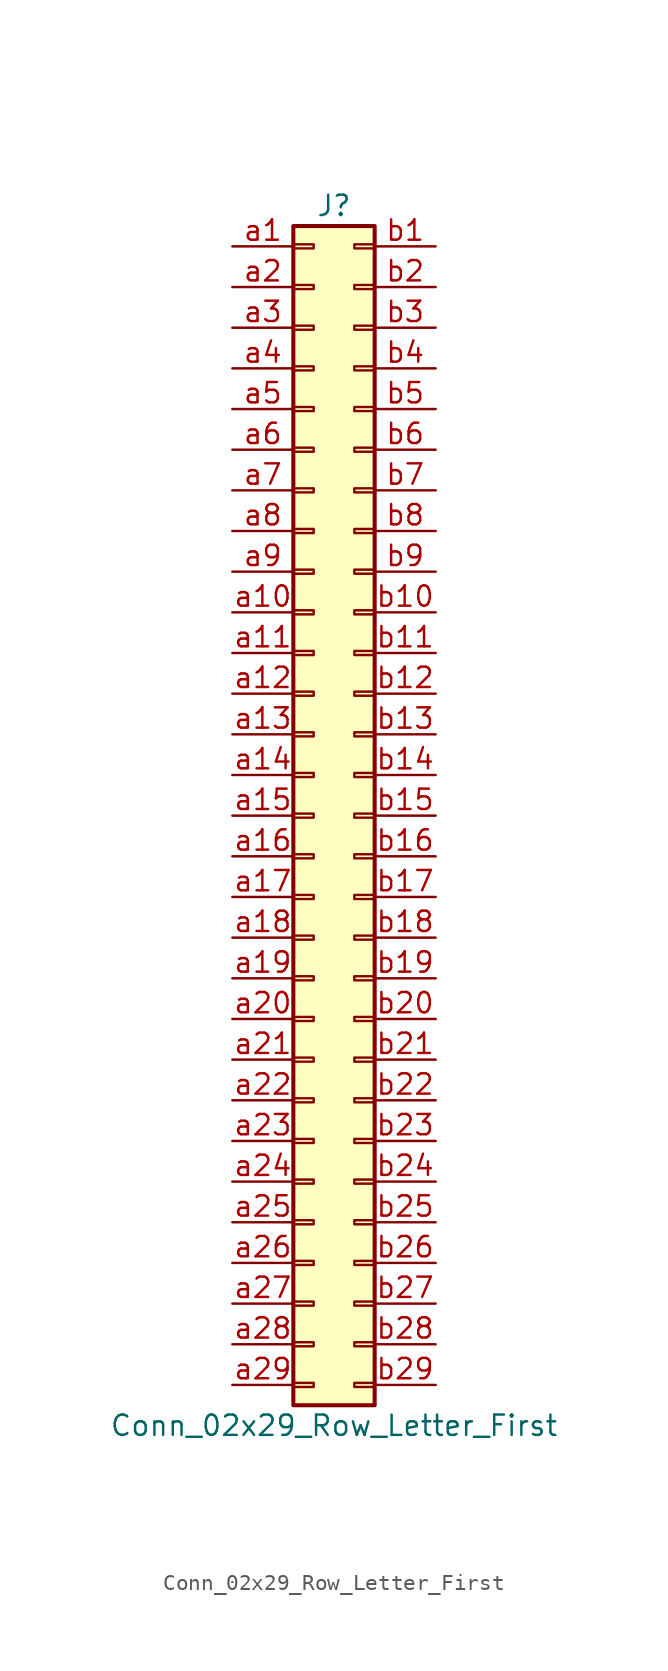
<source format=kicad_sym>
(kicad_symbol_lib
  (version 20220914)
  (generator kicad_symbol_editor)
  (symbol "Conn_02x29_Row_Letter_First"
    (pin_names
      (offset 1.016) hide)
    (property "Reference" "J"
      (at 1.27 38.1 0)
      (effects (font (size 1.27 1.27))))
    (property "Value" "Conn_02x29_Row_Letter_First"
      (at 1.27 -38.1 0)
      (effects (font (size 1.27 1.27))))
    (symbol "Conn_02x29_Row_Letter_First_1_1"
      (rectangle (start -1.27 -35.433) (end 0 -35.687) (stroke (width 0.152) (type solid)) (fill (type none)))
      (rectangle (start -1.27 -32.893) (end 0 -33.147) (stroke (width 0.152) (type solid)) (fill (type none)))
      (rectangle (start -1.27 -30.353) (end 0 -30.607) (stroke (width 0.152) (type solid)) (fill (type none)))
      (rectangle (start -1.27 -27.813) (end 0 -28.067) (stroke (width 0.152) (type solid)) (fill (type none)))
      (rectangle (start -1.27 -25.273) (end 0 -25.527) (stroke (width 0.152) (type solid)) (fill (type none)))
      (rectangle (start -1.27 -22.733) (end 0 -22.987) (stroke (width 0.152) (type solid)) (fill (type none)))
      (rectangle (start -1.27 -20.193) (end 0 -20.447) (stroke (width 0.152) (type solid)) (fill (type none)))
      (rectangle (start -1.27 -17.653) (end 0 -17.907) (stroke (width 0.152) (type solid)) (fill (type none)))
      (rectangle (start -1.27 -15.113) (end 0 -15.367) (stroke (width 0.152) (type solid)) (fill (type none)))
      (rectangle (start -1.27 -12.573) (end 0 -12.827) (stroke (width 0.152) (type solid)) (fill (type none)))
      (rectangle (start -1.27 -10.033) (end 0 -10.287) (stroke (width 0.152) (type solid)) (fill (type none)))
      (rectangle (start -1.27 -7.493) (end 0 -7.747) (stroke (width 0.152) (type solid)) (fill (type none)))
      (rectangle (start -1.27 -4.953) (end 0 -5.207) (stroke (width 0.152) (type solid)) (fill (type none)))
      (rectangle (start -1.27 -2.413) (end 0 -2.667) (stroke (width 0.152) (type solid)) (fill (type none)))
      (rectangle (start -1.27 0.127) (end 0 -0.127) (stroke (width 0.152) (type solid)) (fill (type none)))
      (rectangle (start -1.27 2.667) (end 0 2.413) (stroke (width 0.152) (type solid)) (fill (type none)))
      (rectangle (start -1.27 5.207) (end 0 4.953) (stroke (width 0.152) (type solid)) (fill (type none)))
      (rectangle (start -1.27 7.747) (end 0 7.493) (stroke (width 0.152) (type solid)) (fill (type none)))
      (rectangle (start -1.27 10.287) (end 0 10.033) (stroke (width 0.152) (type solid)) (fill (type none)))
      (rectangle (start -1.27 12.827) (end 0 12.573) (stroke (width 0.152) (type solid)) (fill (type none)))
      (rectangle (start -1.27 15.367) (end 0 15.113) (stroke (width 0.152) (type solid)) (fill (type none)))
      (rectangle (start -1.27 17.907) (end 0 17.653) (stroke (width 0.152) (type solid)) (fill (type none)))
      (rectangle (start -1.27 20.447) (end 0 20.193) (stroke (width 0.152) (type solid)) (fill (type none)))
      (rectangle (start -1.27 22.987) (end 0 22.733) (stroke (width 0.152) (type solid)) (fill (type none)))
      (rectangle (start -1.27 25.527) (end 0 25.273) (stroke (width 0.152) (type solid)) (fill (type none)))
      (rectangle (start -1.27 28.067) (end 0 27.813) (stroke (width 0.152) (type solid)) (fill (type none)))
      (rectangle (start -1.27 30.607) (end 0 30.353) (stroke (width 0.152) (type solid)) (fill (type none)))
      (rectangle (start -1.27 33.147) (end 0 32.893) (stroke (width 0.152) (type solid)) (fill (type none)))
      (rectangle (start -1.27 35.687) (end 0 35.433) (stroke (width 0.152) (type solid)) (fill (type none)))
      (rectangle (start -1.27 36.83) (end 3.81 -36.83) (stroke (width 0.254) (type solid)) (fill (type background)))
      (rectangle (start 3.81 -35.433) (end 2.54 -35.687) (stroke (width 0.152) (type solid)) (fill (type none)))
      (rectangle (start 3.81 -32.893) (end 2.54 -33.147) (stroke (width 0.152) (type solid)) (fill (type none)))
      (rectangle (start 3.81 -30.353) (end 2.54 -30.607) (stroke (width 0.152) (type solid)) (fill (type none)))
      (rectangle (start 3.81 -27.813) (end 2.54 -28.067) (stroke (width 0.152) (type solid)) (fill (type none)))
      (rectangle (start 3.81 -25.273) (end 2.54 -25.527) (stroke (width 0.152) (type solid)) (fill (type none)))
      (rectangle (start 3.81 -22.733) (end 2.54 -22.987) (stroke (width 0.152) (type solid)) (fill (type none)))
      (rectangle (start 3.81 -20.193) (end 2.54 -20.447) (stroke (width 0.152) (type solid)) (fill (type none)))
      (rectangle (start 3.81 -17.653) (end 2.54 -17.907) (stroke (width 0.152) (type solid)) (fill (type none)))
      (rectangle (start 3.81 -15.113) (end 2.54 -15.367) (stroke (width 0.152) (type solid)) (fill (type none)))
      (rectangle (start 3.81 -12.573) (end 2.54 -12.827) (stroke (width 0.152) (type solid)) (fill (type none)))
      (rectangle (start 3.81 -10.033) (end 2.54 -10.287) (stroke (width 0.152) (type solid)) (fill (type none)))
      (rectangle (start 3.81 -7.493) (end 2.54 -7.747) (stroke (width 0.152) (type solid)) (fill (type none)))
      (rectangle (start 3.81 -4.953) (end 2.54 -5.207) (stroke (width 0.152) (type solid)) (fill (type none)))
      (rectangle (start 3.81 -2.413) (end 2.54 -2.667) (stroke (width 0.152) (type solid)) (fill (type none)))
      (rectangle (start 3.81 0.127) (end 2.54 -0.127) (stroke (width 0.152) (type solid)) (fill (type none)))
      (rectangle (start 3.81 2.667) (end 2.54 2.413) (stroke (width 0.152) (type solid)) (fill (type none)))
      (rectangle (start 3.81 5.207) (end 2.54 4.953) (stroke (width 0.152) (type solid)) (fill (type none)))
      (rectangle (start 3.81 7.747) (end 2.54 7.493) (stroke (width 0.152) (type solid)) (fill (type none)))
      (rectangle (start 3.81 10.287) (end 2.54 10.033) (stroke (width 0.152) (type solid)) (fill (type none)))
      (rectangle (start 3.81 12.827) (end 2.54 12.573) (stroke (width 0.152) (type solid)) (fill (type none)))
      (rectangle (start 3.81 15.367) (end 2.54 15.113) (stroke (width 0.152) (type solid)) (fill (type none)))
      (rectangle (start 3.81 17.907) (end 2.54 17.653) (stroke (width 0.152) (type solid)) (fill (type none)))
      (rectangle (start 3.81 20.447) (end 2.54 20.193) (stroke (width 0.152) (type solid)) (fill (type none)))
      (rectangle (start 3.81 22.987) (end 2.54 22.733) (stroke (width 0.152) (type solid)) (fill (type none)))
      (rectangle (start 3.81 25.527) (end 2.54 25.273) (stroke (width 0.152) (type solid)) (fill (type none)))
      (rectangle (start 3.81 28.067) (end 2.54 27.813) (stroke (width 0.152) (type solid)) (fill (type none)))
      (rectangle (start 3.81 30.607) (end 2.54 30.353) (stroke (width 0.152) (type solid)) (fill (type none)))
      (rectangle (start 3.81 33.147) (end 2.54 32.893) (stroke (width 0.152) (type solid)) (fill (type none)))
      (rectangle (start 3.81 35.687) (end 2.54 35.433) (stroke (width 0.152) (type solid)) (fill (type none)))
      (pin passive line (at -5.08 35.56 0) (length 3.81) (name "Pin_a1" (effects (font (size 1.27 1.27)))) (number "a1" (effects (font (size 1.27 1.27)))))
      (pin passive line (at -5.08 12.7 0) (length 3.81) (name "Pin_a10" (effects (font (size 1.27 1.27)))) (number "a10" (effects (font (size 1.27 1.27)))))
      (pin passive line (at -5.08 10.16 0) (length 3.81) (name "Pin_a11" (effects (font (size 1.27 1.27)))) (number "a11" (effects (font (size 1.27 1.27)))))
      (pin passive line (at -5.08 7.62 0) (length 3.81) (name "Pin_a12" (effects (font (size 1.27 1.27)))) (number "a12" (effects (font (size 1.27 1.27)))))
      (pin passive line (at -5.08 5.08 0) (length 3.81) (name "Pin_a13" (effects (font (size 1.27 1.27)))) (number "a13" (effects (font (size 1.27 1.27)))))
      (pin passive line (at -5.08 2.54 0) (length 3.81) (name "Pin_a14" (effects (font (size 1.27 1.27)))) (number "a14" (effects (font (size 1.27 1.27)))))
      (pin passive line (at -5.08 0 0) (length 3.81) (name "Pin_a15" (effects (font (size 1.27 1.27)))) (number "a15" (effects (font (size 1.27 1.27)))))
      (pin passive line (at -5.08 -2.54 0) (length 3.81) (name "Pin_a16" (effects (font (size 1.27 1.27)))) (number "a16" (effects (font (size 1.27 1.27)))))
      (pin passive line (at -5.08 -5.08 0) (length 3.81) (name "Pin_a17" (effects (font (size 1.27 1.27)))) (number "a17" (effects (font (size 1.27 1.27)))))
      (pin passive line (at -5.08 -7.62 0) (length 3.81) (name "Pin_a18" (effects (font (size 1.27 1.27)))) (number "a18" (effects (font (size 1.27 1.27)))))
      (pin passive line (at -5.08 -10.16 0) (length 3.81) (name "Pin_a19" (effects (font (size 1.27 1.27)))) (number "a19" (effects (font (size 1.27 1.27)))))
      (pin passive line (at -5.08 33.02 0) (length 3.81) (name "Pin_a2" (effects (font (size 1.27 1.27)))) (number "a2" (effects (font (size 1.27 1.27)))))
      (pin passive line (at -5.08 -12.7 0) (length 3.81) (name "Pin_a20" (effects (font (size 1.27 1.27)))) (number "a20" (effects (font (size 1.27 1.27)))))
      (pin passive line (at -5.08 -15.24 0) (length 3.81) (name "Pin_a21" (effects (font (size 1.27 1.27)))) (number "a21" (effects (font (size 1.27 1.27)))))
      (pin passive line (at -5.08 -17.78 0) (length 3.81) (name "Pin_a22" (effects (font (size 1.27 1.27)))) (number "a22" (effects (font (size 1.27 1.27)))))
      (pin passive line (at -5.08 -20.32 0) (length 3.81) (name "Pin_a23" (effects (font (size 1.27 1.27)))) (number "a23" (effects (font (size 1.27 1.27)))))
      (pin passive line (at -5.08 -22.86 0) (length 3.81) (name "Pin_a24" (effects (font (size 1.27 1.27)))) (number "a24" (effects (font (size 1.27 1.27)))))
      (pin passive line (at -5.08 -25.4 0) (length 3.81) (name "Pin_a25" (effects (font (size 1.27 1.27)))) (number "a25" (effects (font (size 1.27 1.27)))))
      (pin passive line (at -5.08 -27.94 0) (length 3.81) (name "Pin_a26" (effects (font (size 1.27 1.27)))) (number "a26" (effects (font (size 1.27 1.27)))))
      (pin passive line (at -5.08 -30.48 0) (length 3.81) (name "Pin_a27" (effects (font (size 1.27 1.27)))) (number "a27" (effects (font (size 1.27 1.27)))))
      (pin passive line (at -5.08 -33.02 0) (length 3.81) (name "Pin_a28" (effects (font (size 1.27 1.27)))) (number "a28" (effects (font (size 1.27 1.27)))))
      (pin passive line (at -5.08 -35.56 0) (length 3.81) (name "Pin_a29" (effects (font (size 1.27 1.27)))) (number "a29" (effects (font (size 1.27 1.27)))))
      (pin passive line (at -5.08 30.48 0) (length 3.81) (name "Pin_a3" (effects (font (size 1.27 1.27)))) (number "a3" (effects (font (size 1.27 1.27)))))
      (pin passive line (at -5.08 27.94 0) (length 3.81) (name "Pin_a4" (effects (font (size 1.27 1.27)))) (number "a4" (effects (font (size 1.27 1.27)))))
      (pin passive line (at -5.08 25.4 0) (length 3.81) (name "Pin_a5" (effects (font (size 1.27 1.27)))) (number "a5" (effects (font (size 1.27 1.27)))))
      (pin passive line (at -5.08 22.86 0) (length 3.81) (name "Pin_a6" (effects (font (size 1.27 1.27)))) (number "a6" (effects (font (size 1.27 1.27)))))
      (pin passive line (at -5.08 20.32 0) (length 3.81) (name "Pin_a7" (effects (font (size 1.27 1.27)))) (number "a7" (effects (font (size 1.27 1.27)))))
      (pin passive line (at -5.08 17.78 0) (length 3.81) (name "Pin_a8" (effects (font (size 1.27 1.27)))) (number "a8" (effects (font (size 1.27 1.27)))))
      (pin passive line (at -5.08 15.24 0) (length 3.81) (name "Pin_a9" (effects (font (size 1.27 1.27)))) (number "a9" (effects (font (size 1.27 1.27)))))
      (pin passive line (at 7.62 35.56 180) (length 3.81) (name "Pin_b1" (effects (font (size 1.27 1.27)))) (number "b1" (effects (font (size 1.27 1.27)))))
      (pin passive line (at 7.62 12.7 180) (length 3.81) (name "Pin_b10" (effects (font (size 1.27 1.27)))) (number "b10" (effects (font (size 1.27 1.27)))))
      (pin passive line (at 7.62 10.16 180) (length 3.81) (name "Pin_b11" (effects (font (size 1.27 1.27)))) (number "b11" (effects (font (size 1.27 1.27)))))
      (pin passive line (at 7.62 7.62 180) (length 3.81) (name "Pin_b12" (effects (font (size 1.27 1.27)))) (number "b12" (effects (font (size 1.27 1.27)))))
      (pin passive line (at 7.62 5.08 180) (length 3.81) (name "Pin_b13" (effects (font (size 1.27 1.27)))) (number "b13" (effects (font (size 1.27 1.27)))))
      (pin passive line (at 7.62 2.54 180) (length 3.81) (name "Pin_b14" (effects (font (size 1.27 1.27)))) (number "b14" (effects (font (size 1.27 1.27)))))
      (pin passive line (at 7.62 0 180) (length 3.81) (name "Pin_b15" (effects (font (size 1.27 1.27)))) (number "b15" (effects (font (size 1.27 1.27)))))
      (pin passive line (at 7.62 -2.54 180) (length 3.81) (name "Pin_b16" (effects (font (size 1.27 1.27)))) (number "b16" (effects (font (size 1.27 1.27)))))
      (pin passive line (at 7.62 -5.08 180) (length 3.81) (name "Pin_b17" (effects (font (size 1.27 1.27)))) (number "b17" (effects (font (size 1.27 1.27)))))
      (pin passive line (at 7.62 -7.62 180) (length 3.81) (name "Pin_b18" (effects (font (size 1.27 1.27)))) (number "b18" (effects (font (size 1.27 1.27)))))
      (pin passive line (at 7.62 -10.16 180) (length 3.81) (name "Pin_b19" (effects (font (size 1.27 1.27)))) (number "b19" (effects (font (size 1.27 1.27)))))
      (pin passive line (at 7.62 33.02 180) (length 3.81) (name "Pin_b2" (effects (font (size 1.27 1.27)))) (number "b2" (effects (font (size 1.27 1.27)))))
      (pin passive line (at 7.62 -12.7 180) (length 3.81) (name "Pin_b20" (effects (font (size 1.27 1.27)))) (number "b20" (effects (font (size 1.27 1.27)))))
      (pin passive line (at 7.62 -15.24 180) (length 3.81) (name "Pin_b21" (effects (font (size 1.27 1.27)))) (number "b21" (effects (font (size 1.27 1.27)))))
      (pin passive line (at 7.62 -17.78 180) (length 3.81) (name "Pin_b22" (effects (font (size 1.27 1.27)))) (number "b22" (effects (font (size 1.27 1.27)))))
      (pin passive line (at 7.62 -20.32 180) (length 3.81) (name "Pin_b23" (effects (font (size 1.27 1.27)))) (number "b23" (effects (font (size 1.27 1.27)))))
      (pin passive line (at 7.62 -22.86 180) (length 3.81) (name "Pin_b24" (effects (font (size 1.27 1.27)))) (number "b24" (effects (font (size 1.27 1.27)))))
      (pin passive line (at 7.62 -25.4 180) (length 3.81) (name "Pin_b25" (effects (font (size 1.27 1.27)))) (number "b25" (effects (font (size 1.27 1.27)))))
      (pin passive line (at 7.62 -27.94 180) (length 3.81) (name "Pin_b26" (effects (font (size 1.27 1.27)))) (number "b26" (effects (font (size 1.27 1.27)))))
      (pin passive line (at 7.62 -30.48 180) (length 3.81) (name "Pin_b27" (effects (font (size 1.27 1.27)))) (number "b27" (effects (font (size 1.27 1.27)))))
      (pin passive line (at 7.62 -33.02 180) (length 3.81) (name "Pin_b28" (effects (font (size 1.27 1.27)))) (number "b28" (effects (font (size 1.27 1.27)))))
      (pin passive line (at 7.62 -35.56 180) (length 3.81) (name "Pin_b29" (effects (font (size 1.27 1.27)))) (number "b29" (effects (font (size 1.27 1.27)))))
      (pin passive line (at 7.62 30.48 180) (length 3.81) (name "Pin_b3" (effects (font (size 1.27 1.27)))) (number "b3" (effects (font (size 1.27 1.27)))))
      (pin passive line (at 7.62 27.94 180) (length 3.81) (name "Pin_b4" (effects (font (size 1.27 1.27)))) (number "b4" (effects (font (size 1.27 1.27)))))
      (pin passive line (at 7.62 25.4 180) (length 3.81) (name "Pin_b5" (effects (font (size 1.27 1.27)))) (number "b5" (effects (font (size 1.27 1.27)))))
      (pin passive line (at 7.62 22.86 180) (length 3.81) (name "Pin_b6" (effects (font (size 1.27 1.27)))) (number "b6" (effects (font (size 1.27 1.27)))))
      (pin passive line (at 7.62 20.32 180) (length 3.81) (name "Pin_b7" (effects (font (size 1.27 1.27)))) (number "b7" (effects (font (size 1.27 1.27)))))
      (pin passive line (at 7.62 17.78 180) (length 3.81) (name "Pin_b8" (effects (font (size 1.27 1.27)))) (number "b8" (effects (font (size 1.27 1.27)))))
      (pin passive line (at 7.62 15.24 180) (length 3.81) (name "Pin_b9" (effects (font (size 1.27 1.27)))) (number "b9" (effects (font (size 1.27 1.27))))))))
</source>
